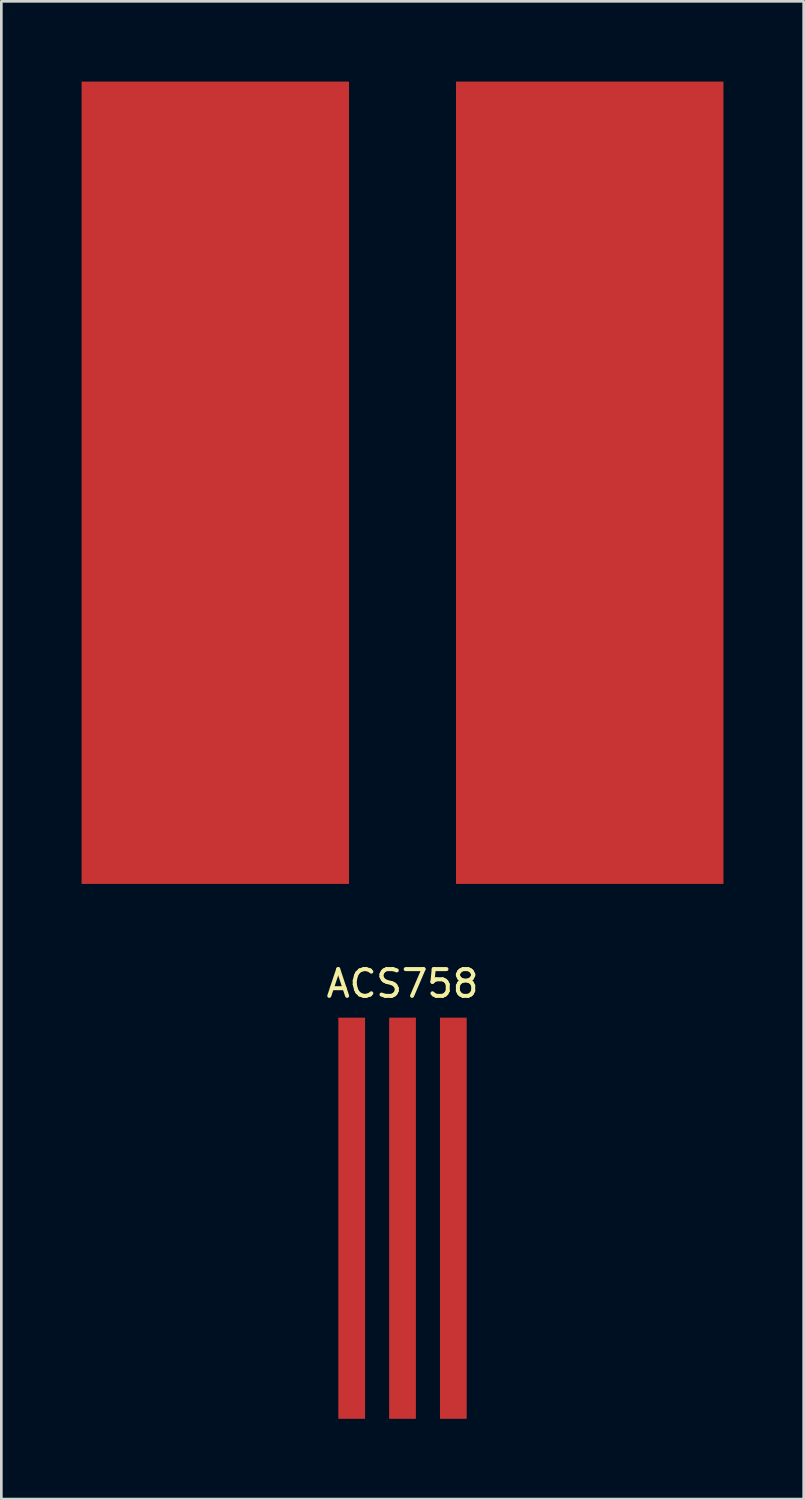
<source format=kicad_pcb>
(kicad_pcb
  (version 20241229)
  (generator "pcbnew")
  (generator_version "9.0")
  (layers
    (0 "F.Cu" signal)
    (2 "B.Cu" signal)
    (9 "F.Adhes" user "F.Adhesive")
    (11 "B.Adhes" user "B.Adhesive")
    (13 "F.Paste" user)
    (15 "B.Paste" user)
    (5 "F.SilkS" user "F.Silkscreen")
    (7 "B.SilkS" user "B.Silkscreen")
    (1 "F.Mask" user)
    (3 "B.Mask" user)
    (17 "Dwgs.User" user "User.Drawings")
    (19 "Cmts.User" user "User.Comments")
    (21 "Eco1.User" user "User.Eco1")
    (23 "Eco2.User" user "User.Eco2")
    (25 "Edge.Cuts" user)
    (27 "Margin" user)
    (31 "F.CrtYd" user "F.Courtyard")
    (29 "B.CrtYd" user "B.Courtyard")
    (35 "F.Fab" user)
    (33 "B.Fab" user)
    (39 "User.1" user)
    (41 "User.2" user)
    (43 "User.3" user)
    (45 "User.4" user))
  (footprint "ACS758"
    (layer "F.Cu")
    (at 12 35)
    (property "Reference" "ACS758" (at 0 -1.27 0) (layer "F.SilkS") (effects (font (size 1 1) (thickness 0.15))))
    (attr through_hole)
    (pad "6" smd rect (at -7 -20) (size 10 30) (layers "F.Cu" "F.Mask" "F.Paste"))
    (pad "7" smd rect (at 7 -20) (size 10 30) (layers "F.Cu" "F.Mask" "F.Paste"))
    (pad "8" smd rect (at -1.9 7.5) (size 1 15) (layers "F.Cu" "F.Mask" "F.Paste"))
    (pad "9" smd rect (at 1.9 7.5) (size 1 15) (layers "F.Cu" "F.Mask" "F.Paste"))
    (pad "10" smd rect (at 0 7.5) (size 1 15) (layers "F.Cu" "F.Mask" "F.Paste")))
  (gr_rect
    (start -3 -3)
    (end 27 53)
    (stroke (width 0.1) (type default))
    (fill no)
    (layer "Edge.Cuts")))
</source>
